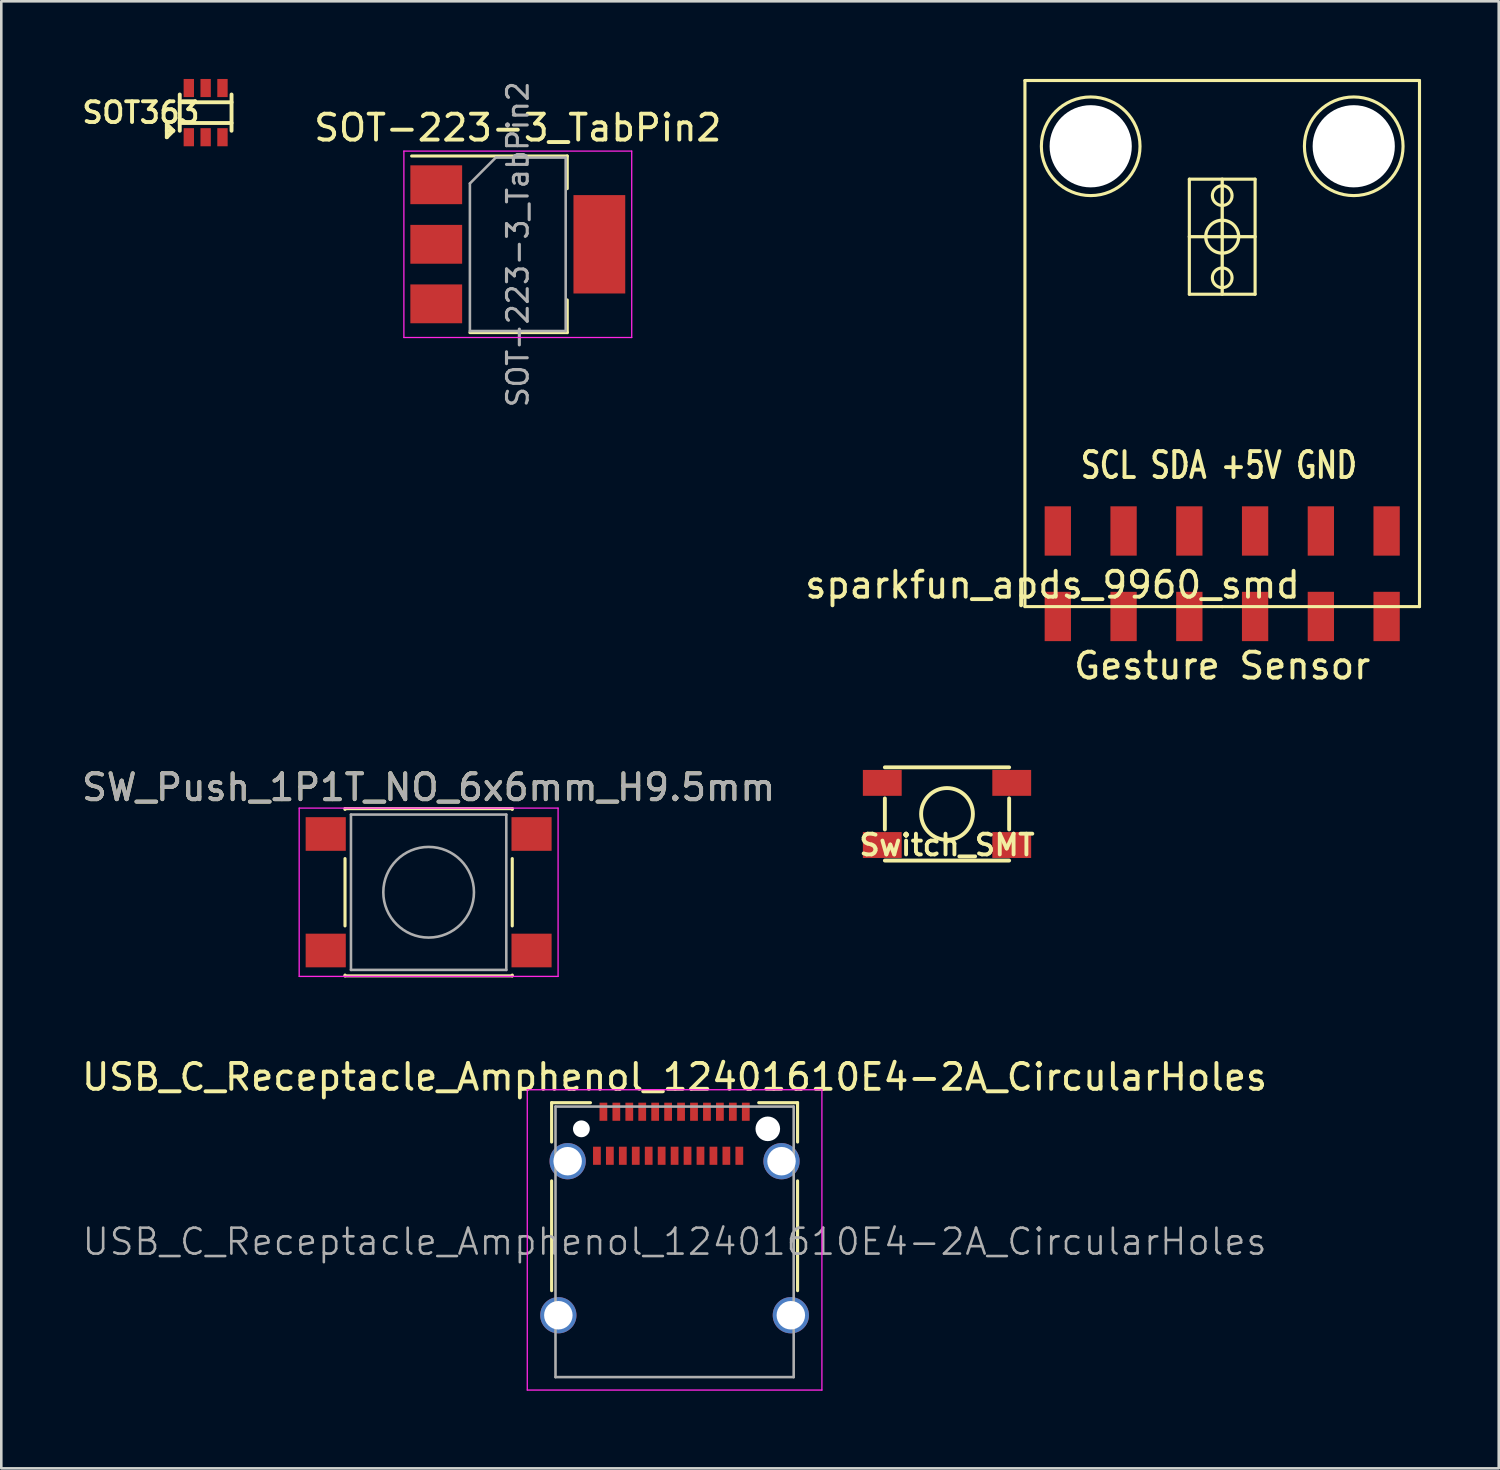
<source format=kicad_pcb>
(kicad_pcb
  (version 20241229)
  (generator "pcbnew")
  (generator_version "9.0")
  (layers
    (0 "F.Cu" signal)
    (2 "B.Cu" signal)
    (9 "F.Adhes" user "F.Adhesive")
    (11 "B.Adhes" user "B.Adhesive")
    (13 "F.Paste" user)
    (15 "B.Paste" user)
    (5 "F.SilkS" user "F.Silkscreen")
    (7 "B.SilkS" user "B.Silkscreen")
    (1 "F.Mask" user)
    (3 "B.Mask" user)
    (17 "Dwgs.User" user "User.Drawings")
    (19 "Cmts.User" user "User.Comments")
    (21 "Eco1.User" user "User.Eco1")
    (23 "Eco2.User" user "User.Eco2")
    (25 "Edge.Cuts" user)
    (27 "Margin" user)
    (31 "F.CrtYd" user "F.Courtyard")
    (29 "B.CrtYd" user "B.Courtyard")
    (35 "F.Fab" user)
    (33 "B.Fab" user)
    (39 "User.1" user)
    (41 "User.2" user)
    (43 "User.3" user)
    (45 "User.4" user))
  (footprint "SW_Push_1P1T_NO_6x6mm_H9.5mm"
    (layer "F.Cu")
    (at 13.506 31.413)
    (property "Reference" "SW_Push_1P1T_NO_6x6mm_H9.5mm" (at 0 -4.05 0) (layer "F.SilkS") (effects (font (size 1 1) (thickness 0.15))))
    (attr smd)
    (fp_line (start -3.23 -3.23) (end 3.23 -3.23) (stroke (width 0.12) (type solid)) (layer "F.SilkS"))
    (fp_line (start -3.23 -3.2) (end -3.23 -3.23) (stroke (width 0.12) (type solid)) (layer "F.SilkS"))
    (fp_line (start -3.23 -1.3) (end -3.23 1.3) (stroke (width 0.12) (type solid)) (layer "F.SilkS"))
    (fp_line (start -3.23 3.23) (end -3.23 3.2) (stroke (width 0.12) (type solid)) (layer "F.SilkS"))
    (fp_line (start -3.23 3.23) (end 3.23 3.23) (stroke (width 0.12) (type solid)) (layer "F.SilkS"))
    (fp_line (start 3.23 -3.23) (end 3.23 -3.2) (stroke (width 0.12) (type solid)) (layer "F.SilkS"))
    (fp_line (start 3.23 -1.3) (end 3.23 1.3) (stroke (width 0.12) (type solid)) (layer "F.SilkS"))
    (fp_line (start 3.23 3.23) (end 3.23 3.2) (stroke (width 0.12) (type solid)) (layer "F.SilkS"))
    (fp_line (start -5 -3.25) (end -5 3.25) (stroke (width 0.05) (type solid)) (layer "F.CrtYd"))
    (fp_line (start -5 -3.25) (end 5 -3.25) (stroke (width 0.05) (type solid)) (layer "F.CrtYd"))
    (fp_line (start -5 3.25) (end 5 3.25) (stroke (width 0.05) (type solid)) (layer "F.CrtYd"))
    (fp_line (start 5 3.25) (end 5 -3.25) (stroke (width 0.05) (type solid)) (layer "F.CrtYd"))
    (fp_line (start -3 -3) (end -3 3) (stroke (width 0.1) (type solid)) (layer "F.Fab"))
    (fp_line (start -3 3) (end 3 3) (stroke (width 0.1) (type solid)) (layer "F.Fab"))
    (fp_line (start 3 -3) (end -3 -3) (stroke (width 0.1) (type solid)) (layer "F.Fab"))
    (fp_line (start 3 3) (end 3 -3) (stroke (width 0.1) (type solid)) (layer "F.Fab"))
    (fp_circle (center 0 0) (end 1.75 -0.05) (stroke (width 0.1) (type solid)) (fill no) (layer "F.Fab"))
    (fp_text user "${REFERENCE}" (at 0 -4.05 0) (layer "F.Fab") (effects (font (size 1 1) (thickness 0.15))))
    (pad "1" smd rect (at -3.975 -2.25) (size 1.55 1.3) (layers "F.Cu" "F.Mask" "F.Paste"))
    (pad "1" smd rect (at 3.975 -2.25) (size 1.55 1.3) (layers "F.Cu" "F.Mask" "F.Paste"))
    (pad "2" smd rect (at -3.975 2.25) (size 1.55 1.3) (layers "F.Cu" "F.Mask" "F.Paste"))
    (pad "2" smd rect (at 3.975 2.25) (size 1.55 1.3) (layers "F.Cu" "F.Mask" "F.Paste")))
  (footprint "SOT363"
    (layer "F.Cu")
    (at 4.893 1.3)
    (property "Reference" "SOT363" (at -2.5 0 0) (layer "F.SilkS") (effects (font (size 0.8 0.8) (thickness 0.15))))
    (attr smd)
    (fp_line (start -1.5 0.45) (end -1.5 0.95) (stroke (width 0.15) (type solid)) (layer "F.SilkS"))
    (fp_line (start -1.5 0.95) (end -1.25 0.7) (stroke (width 0.15) (type solid)) (layer "F.SilkS"))
    (fp_line (start -1.25 0.7) (end -1.5 0.45) (stroke (width 0.15) (type solid)) (layer "F.SilkS"))
    (fp_line (start -1.25 0.7) (end -1.5 0.7) (stroke (width 0.15) (type solid)) (layer "F.SilkS"))
    (fp_line (start -1 -0.7) (end -1 0.7) (stroke (width 0.15) (type solid)) (layer "F.SilkS"))
    (fp_line (start -1 0.4) (end 1 0.4) (stroke (width 0.15) (type solid)) (layer "F.SilkS"))
    (fp_line (start 1 -0.4) (end -1 -0.4) (stroke (width 0.15) (type solid)) (layer "F.SilkS"))
    (fp_line (start 1 0.7) (end 1 -0.7) (stroke (width 0.15) (type solid)) (layer "F.SilkS"))
    (pad "1" smd rect (at -0.65 0.95) (size 0.4 0.7) (layers "F.Cu" "F.Mask" "F.Paste"))
    (pad "2" smd rect (at 0 0.95) (size 0.4 0.7) (layers "F.Cu" "F.Mask" "F.Paste"))
    (pad "3" smd rect (at 0.65 0.95) (size 0.4 0.7) (layers "F.Cu" "F.Mask" "F.Paste"))
    (pad "4" smd rect (at 0.65 -0.95) (size 0.4 0.7) (layers "F.Cu" "F.Mask" "F.Paste"))
    (pad "5" smd rect (at 0 -0.95) (size 0.4 0.7) (layers "F.Cu" "F.Mask" "F.Paste"))
    (pad "6" smd rect (at -0.65 -0.95) (size 0.4 0.7) (layers "F.Cu" "F.Mask" "F.Paste")))
  (footprint "SOT-223-3_TabPin2"
    (layer "F.Cu")
    (at 16.95 6.386)
    (property "Reference" "SOT-223-3_TabPin2" (at 0 -4.5 180) (layer "F.SilkS") (effects (font (size 1 1) (thickness 0.15))))
    (attr smd)
    (fp_line (start -4.1 -3.41) (end 1.91 -3.41) (stroke (width 0.12) (type solid)) (layer "F.SilkS"))
    (fp_line (start -1.85 3.41) (end 1.91 3.41) (stroke (width 0.12) (type solid)) (layer "F.SilkS"))
    (fp_line (start 1.91 -3.41) (end 1.91 -2.15) (stroke (width 0.12) (type solid)) (layer "F.SilkS"))
    (fp_line (start 1.91 3.41) (end 1.91 2.15) (stroke (width 0.12) (type solid)) (layer "F.SilkS"))
    (fp_line (start -4.4 -3.6) (end -4.4 3.6) (stroke (width 0.05) (type solid)) (layer "F.CrtYd"))
    (fp_line (start -4.4 3.6) (end 4.4 3.6) (stroke (width 0.05) (type solid)) (layer "F.CrtYd"))
    (fp_line (start 4.4 -3.6) (end -4.4 -3.6) (stroke (width 0.05) (type solid)) (layer "F.CrtYd"))
    (fp_line (start 4.4 3.6) (end 4.4 -3.6) (stroke (width 0.05) (type solid)) (layer "F.CrtYd"))
    (fp_line (start -1.85 -2.35) (end -1.85 3.35) (stroke (width 0.1) (type solid)) (layer "F.Fab"))
    (fp_line (start -1.85 -2.35) (end -0.85 -3.35) (stroke (width 0.1) (type solid)) (layer "F.Fab"))
    (fp_line (start -1.85 3.35) (end 1.85 3.35) (stroke (width 0.1) (type solid)) (layer "F.Fab"))
    (fp_line (start -0.85 -3.35) (end 1.85 -3.35) (stroke (width 0.1) (type solid)) (layer "F.Fab"))
    (fp_line (start 1.85 -3.35) (end 1.85 3.35) (stroke (width 0.1) (type solid)) (layer "F.Fab"))
    (fp_text user "${REFERENCE}" (at 0 0 270) (layer "F.Fab") (effects (font (size 0.8 0.8) (thickness 0.12))))
    (pad "1" smd rect (at -3.15 -2.3) (size 2 1.5) (layers "F.Cu" "F.Mask" "F.Paste"))
    (pad "2" smd rect (at -3.15 0) (size 2 1.5) (layers "F.Cu" "F.Mask" "F.Paste"))
    (pad "2" smd rect (at 3.15 0) (size 2 3.8) (layers "F.Cu" "F.Mask" "F.Paste"))
    (pad "3" smd rect (at -3.15 2.3) (size 2 1.5) (layers "F.Cu" "F.Mask" "F.Paste")))
  (footprint "USB_C_Receptacle_Amphenol_12401610E4-2A_CircularHoles"
    (layer "F.Cu")
    (at 23.006 44.911)
    (property "Reference" "USB_C_Receptacle_Amphenol_12401610E4-2A_CircularHoles" (at 0 -6.36 180) (layer "F.SilkS") (effects (font (size 1 1) (thickness 0.15))))
    (attr smd)
    (fp_line (start -4.75 -5.37) (end -4.75 -3.85) (stroke (width 0.12) (type solid)) (layer "F.SilkS"))
    (fp_line (start -4.75 -5.37) (end -3.25 -5.37) (stroke (width 0.12) (type solid)) (layer "F.SilkS"))
    (fp_line (start -4.75 -2.35) (end -4.75 1.89) (stroke (width 0.12) (type solid)) (layer "F.SilkS"))
    (fp_line (start 3.25 -5.37) (end 4.75 -5.37) (stroke (width 0.12) (type solid)) (layer "F.SilkS"))
    (fp_line (start 4.75 -5.37) (end 4.75 -3.85) (stroke (width 0.12) (type solid)) (layer "F.SilkS"))
    (fp_line (start 4.75 -2.35) (end 4.75 1.89) (stroke (width 0.12) (type solid)) (layer "F.SilkS"))
    (fp_line (start -5.69 -5.87) (end 5.69 -5.87) (stroke (width 0.05) (type solid)) (layer "F.CrtYd"))
    (fp_line (start -5.69 5.73) (end -5.69 -5.87) (stroke (width 0.05) (type solid)) (layer "F.CrtYd"))
    (fp_line (start 5.69 -5.87) (end 5.69 5.73) (stroke (width 0.05) (type solid)) (layer "F.CrtYd"))
    (fp_line (start 5.69 5.73) (end -5.69 5.73) (stroke (width 0.05) (type solid)) (layer "F.CrtYd"))
    (fp_line (start -4.6 -5.22) (end 4.6 -5.22) (stroke (width 0.1) (type solid)) (layer "F.Fab"))
    (fp_line (start -4.6 5.23) (end -4.6 -5.22) (stroke (width 0.1) (type solid)) (layer "F.Fab"))
    (fp_line (start -4.6 5.23) (end 4.6 5.23) (stroke (width 0.1) (type solid)) (layer "F.Fab"))
    (fp_line (start 4.6 5.23) (end 4.6 -5.22) (stroke (width 0.1) (type solid)) (layer "F.Fab"))
    (fp_text user "${REFERENCE}" (at 0 0 180) (layer "F.Fab") (effects (font (size 1 1) (thickness 0.1))))
    (pad "" np_thru_hole circle (at -3.6 -4.36) (size 0.65 0.65) (drill 0.65) (layers "*.Cu" "*.Mask"))
    (pad "" np_thru_hole circle (at 3.6 -4.36) (size 0.95 0.95) (drill 0.95) (layers "*.Cu" "*.Mask"))
    (pad "A1" smd rect (at -2.75 -5.02) (size 0.3 0.7) (layers "F.Cu" "F.Mask" "F.Paste"))
    (pad "A2" smd rect (at -2.25 -5.02) (size 0.3 0.7) (layers "F.Cu" "F.Mask" "F.Paste"))
    (pad "A3" smd rect (at -1.75 -5.02) (size 0.3 0.7) (layers "F.Cu" "F.Mask" "F.Paste"))
    (pad "A4" smd rect (at -1.25 -5.02) (size 0.3 0.7) (layers "F.Cu" "F.Mask" "F.Paste"))
    (pad "A5" smd rect (at -0.75 -5.02) (size 0.3 0.7) (layers "F.Cu" "F.Mask" "F.Paste"))
    (pad "A6" smd rect (at -0.25 -5.02) (size 0.3 0.7) (layers "F.Cu" "F.Mask" "F.Paste"))
    (pad "A7" smd rect (at 0.25 -5.02) (size 0.3 0.7) (layers "F.Cu" "F.Mask" "F.Paste"))
    (pad "A8" smd rect (at 0.75 -5.02) (size 0.3 0.7) (layers "F.Cu" "F.Mask" "F.Paste"))
    (pad "A9" smd rect (at 1.25 -5.02) (size 0.3 0.7) (layers "F.Cu" "F.Mask" "F.Paste"))
    (pad "A10" smd rect (at 1.75 -5.02) (size 0.3 0.7) (layers "F.Cu" "F.Mask" "F.Paste"))
    (pad "A11" smd rect (at 2.25 -5.02) (size 0.3 0.7) (layers "F.Cu" "F.Mask" "F.Paste"))
    (pad "A12" smd rect (at 2.75 -5.02) (size 0.3 0.7) (layers "F.Cu" "F.Mask" "F.Paste"))
    (pad "B1" smd rect (at 2.5 -3.32) (size 0.3 0.7) (layers "F.Cu" "F.Mask" "F.Paste"))
    (pad "B2" smd rect (at 2 -3.32) (size 0.3 0.7) (layers "F.Cu" "F.Mask" "F.Paste"))
    (pad "B3" smd rect (at 1.5 -3.32) (size 0.3 0.7) (layers "F.Cu" "F.Mask" "F.Paste"))
    (pad "B4" smd rect (at 1 -3.32) (size 0.3 0.7) (layers "F.Cu" "F.Mask" "F.Paste"))
    (pad "B5" smd rect (at 0.5 -3.32) (size 0.3 0.7) (layers "F.Cu" "F.Mask" "F.Paste"))
    (pad "B6" smd rect (at 0 -3.32) (size 0.3 0.7) (layers "F.Cu" "F.Mask" "F.Paste"))
    (pad "B7" smd rect (at -0.5 -3.32) (size 0.3 0.7) (layers "F.Cu" "F.Mask" "F.Paste"))
    (pad "B8" smd rect (at -1 -3.32) (size 0.3 0.7) (layers "F.Cu" "F.Mask" "F.Paste"))
    (pad "B9" smd rect (at -1.5 -3.32) (size 0.3 0.7) (layers "F.Cu" "F.Mask" "F.Paste"))
    (pad "B10" smd rect (at -2 -3.32) (size 0.3 0.7) (layers "F.Cu" "F.Mask" "F.Paste"))
    (pad "B11" smd rect (at -2.5 -3.32) (size 0.3 0.7) (layers "F.Cu" "F.Mask" "F.Paste"))
    (pad "B12" smd rect (at -3 -3.32) (size 0.3 0.7) (layers "F.Cu" "F.Mask" "F.Paste"))
    (pad "S1" thru_hole circle (at -4.49 2.84) (size 1.4 1.4) (drill 1.1) (layers "*.Cu" "*.Mask"))
    (pad "S1" thru_hole circle (at -4.13 -3.11) (size 1.4 1.4) (drill 1.1) (layers "*.Cu" "*.Mask"))
    (pad "S1" thru_hole circle (at 4.13 -3.11) (size 1.4 1.4) (drill 1.1) (layers "*.Cu" "*.Mask"))
    (pad "S1" thru_hole circle (at 4.49 2.84) (size 1.4 1.4) (drill 1.1) (layers "*.Cu" "*.Mask")))
  (footprint "sparkfun_apds_9960_smd"
    (layer "F.Cu")
    (at 44.158 19.11)
    (property "Reference" "sparkfun_apds_9960_smd" (at -6.553 0.432 180) (layer "F.SilkS") (effects (font (size 1 1) (thickness 0.15))))
    (attr through_hole)
    (fp_line (start -7.62 -19.05) (end 7.62 -19.05) (stroke (width 0.12) (type solid)) (layer "F.SilkS"))
    (fp_line (start -7.62 1.27) (end -7.62 -19.05) (stroke (width 0.12) (type solid)) (layer "F.SilkS"))
    (fp_line (start -1.27 -15.24) (end 1.27 -15.24) (stroke (width 0.12) (type solid)) (layer "F.SilkS"))
    (fp_line (start -1.27 -13.018) (end 1.27 -13.018) (stroke (width 0.127) (type solid)) (layer "F.SilkS"))
    (fp_line (start -1.27 -10.795) (end -1.27 -15.24) (stroke (width 0.12) (type solid)) (layer "F.SilkS"))
    (fp_line (start 0 -15.24) (end 0 -10.795) (stroke (width 0.127) (type solid)) (layer "F.SilkS"))
    (fp_line (start 0 1.27) (end -7.62 1.27) (stroke (width 0.12) (type solid)) (layer "F.SilkS"))
    (fp_line (start 1.27 -15.24) (end 1.27 -10.795) (stroke (width 0.12) (type solid)) (layer "F.SilkS"))
    (fp_line (start 1.27 -10.795) (end -1.27 -10.795) (stroke (width 0.12) (type solid)) (layer "F.SilkS"))
    (fp_line (start 7.62 -19.05) (end 7.62 1.27) (stroke (width 0.12) (type solid)) (layer "F.SilkS"))
    (fp_line (start 7.62 1.27) (end 0 1.27) (stroke (width 0.12) (type solid)) (layer "F.SilkS"))
    (fp_circle (center -5.08 -16.51) (end -5.08 -18.415) (stroke (width 0.12) (type solid)) (fill no) (layer "F.SilkS"))
    (fp_circle (center 0 -14.605) (end 0.381 -14.605) (stroke (width 0.12) (type solid)) (fill no) (layer "F.SilkS"))
    (fp_circle (center 0 -13.018) (end 0.635 -13.018) (stroke (width 0.127) (type solid)) (fill no) (layer "F.SilkS"))
    (fp_circle (center 0 -11.43) (end 0.381 -11.43) (stroke (width 0.12) (type solid)) (fill no) (layer "F.SilkS"))
    (fp_circle (center 5.08 -16.51) (end 5.08 -18.415) (stroke (width 0.12) (type solid)) (fill no) (layer "F.SilkS"))
    (fp_text user "Gesture Sensor" (at 0 3.556 0) (layer "F.SilkS") (effects (font (size 1 1) (thickness 0.15))))
    (fp_text user "SCL SDA +5V GND" (at -0.127 -4.191 0) (layer "F.SilkS") (effects (font (size 1 0.762) (thickness 0.15))))
    (pad "" np_thru_hole circle (at -5.08 -16.51) (size 3.175 3.175) (drill 3.175) (layers "*.Cu" "*.Mask"))
    (pad "" np_thru_hole circle (at 5.08 -16.51) (size 3.175 3.175) (drill 3.175) (layers "*.Cu" "*.Mask"))
    (pad "1" smd rect (at -6.35 -1.651) (size 1.016 1.905) (layers "F.Cu" "F.Mask" "F.Paste"))
    (pad "1" smd rect (at -6.35 1.651) (size 1.016 1.905) (layers "F.Cu" "F.Mask" "F.Paste"))
    (pad "2" smd rect (at -3.81 -1.651) (size 1.016 1.905) (layers "F.Cu" "F.Mask" "F.Paste"))
    (pad "2" smd rect (at -3.81 1.651) (size 1.016 1.905) (layers "F.Cu" "F.Mask" "F.Paste"))
    (pad "3" smd rect (at -1.27 -1.651) (size 1.016 1.905) (layers "F.Cu" "F.Mask" "F.Paste"))
    (pad "3" smd rect (at -1.27 1.651) (size 1.016 1.905) (layers "F.Cu" "F.Mask" "F.Paste"))
    (pad "4" smd rect (at 1.27 -1.651) (size 1.016 1.905) (layers "F.Cu" "F.Mask" "F.Paste"))
    (pad "4" smd rect (at 1.27 1.651) (size 1.016 1.905) (layers "F.Cu" "F.Mask" "F.Paste"))
    (pad "5" smd rect (at 3.81 -1.651) (size 1.016 1.905) (layers "F.Cu" "F.Mask" "F.Paste"))
    (pad "5" smd rect (at 3.81 1.651) (size 1.016 1.905) (layers "F.Cu" "F.Mask" "F.Paste"))
    (pad "6" smd rect (at 6.35 -1.651) (size 1.016 1.905) (layers "F.Cu" "F.Mask" "F.Paste"))
    (pad "6" smd rect (at 6.35 1.651) (size 1.016 1.905) (layers "F.Cu" "F.Mask" "F.Paste")))
  (footprint "Switch_SMT"
    (layer "F.Cu")
    (at 33.528 28.389)
    (property "Reference" "Switch_SMT" (at 0 1.2 0) (layer "F.SilkS") (effects (font (size 0.8 0.8) (thickness 0.15))))
    (attr smd)
    (fp_line (start -2.4 -0.6) (end -2.4 0.6) (stroke (width 0.15) (type solid)) (layer "F.SilkS"))
    (fp_line (start -2.4 1.8) (end 2.4 1.8) (stroke (width 0.15) (type solid)) (layer "F.SilkS"))
    (fp_line (start 2.4 -1.8) (end -2.4 -1.8) (stroke (width 0.15) (type solid)) (layer "F.SilkS"))
    (fp_line (start 2.4 0.6) (end 2.4 -0.6) (stroke (width 0.15) (type solid)) (layer "F.SilkS"))
    (fp_circle (center 0 0) (end -1 0) (stroke (width 0.15) (type solid)) (fill no) (layer "F.SilkS"))
    (pad "1" smd rect (at -2.5 -1.2) (size 1.5 1) (layers "F.Cu" "F.Mask" "F.Paste"))
    (pad "1" smd rect (at 2.5 -1.2) (size 1.5 1) (layers "F.Cu" "F.Mask" "F.Paste"))
    (pad "2" smd rect (at -2.5 1.2) (size 1.5 1) (layers "F.Cu" "F.Mask" "F.Paste"))
    (pad "2" smd rect (at 2.5 1.2) (size 1.5 1) (layers "F.Cu" "F.Mask" "F.Paste")))
  (gr_rect
    (start -3 -3)
    (end 54.838 53.666)
    (stroke (width 0.1) (type default))
    (fill no)
    (layer "Edge.Cuts")))
</source>
